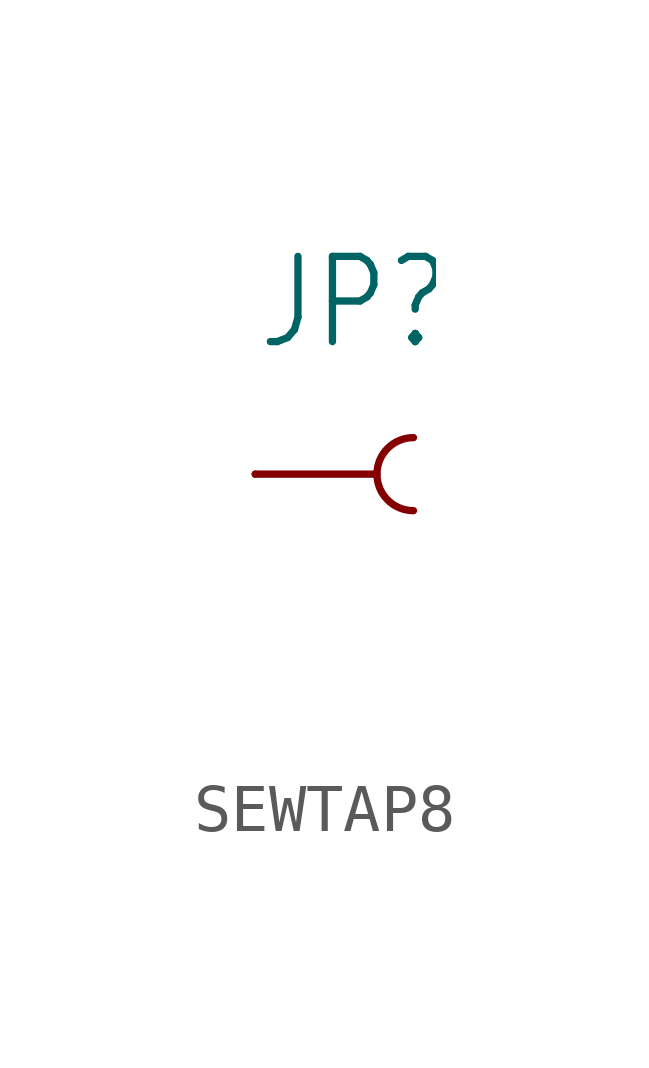
<source format=kicad_sym>
(kicad_symbol_lib
  (version 20220914)
  (generator kicad_symbol_editor)
  (symbol "SEWTAP8"
    (property "Reference" "JP"
      (at -2.54 2.54 0)
      (effects (font (size 1.778 1.511)) (justify left bottom)))
    (property "Value" ""
      (at -2.54 -5.08 0)
      (effects (font (size 1.778 1.511)) (justify left bottom)))
    (property "ki_locked" ""
      (at 0 0 0)
      (effects (font (size 1.27 1.27))))
    (symbol "SEWTAP8_1_0"
      (polyline (pts (xy 0 0) (xy -2.54 0)) (stroke (width 0.152) (type solid)) (fill (type none)))
      (arc (start 0.762 0.762) (mid 0 0) (end 0.762 -0.762) (stroke (width 0.1524) (type solid)) (fill (type none)))
      (pin bidirectional line (at -2.54 0 180) (length 0) (name "1" (effects (font (size 0 0)))) (number "1" (effects (font (size 0 0))))))))
</source>
